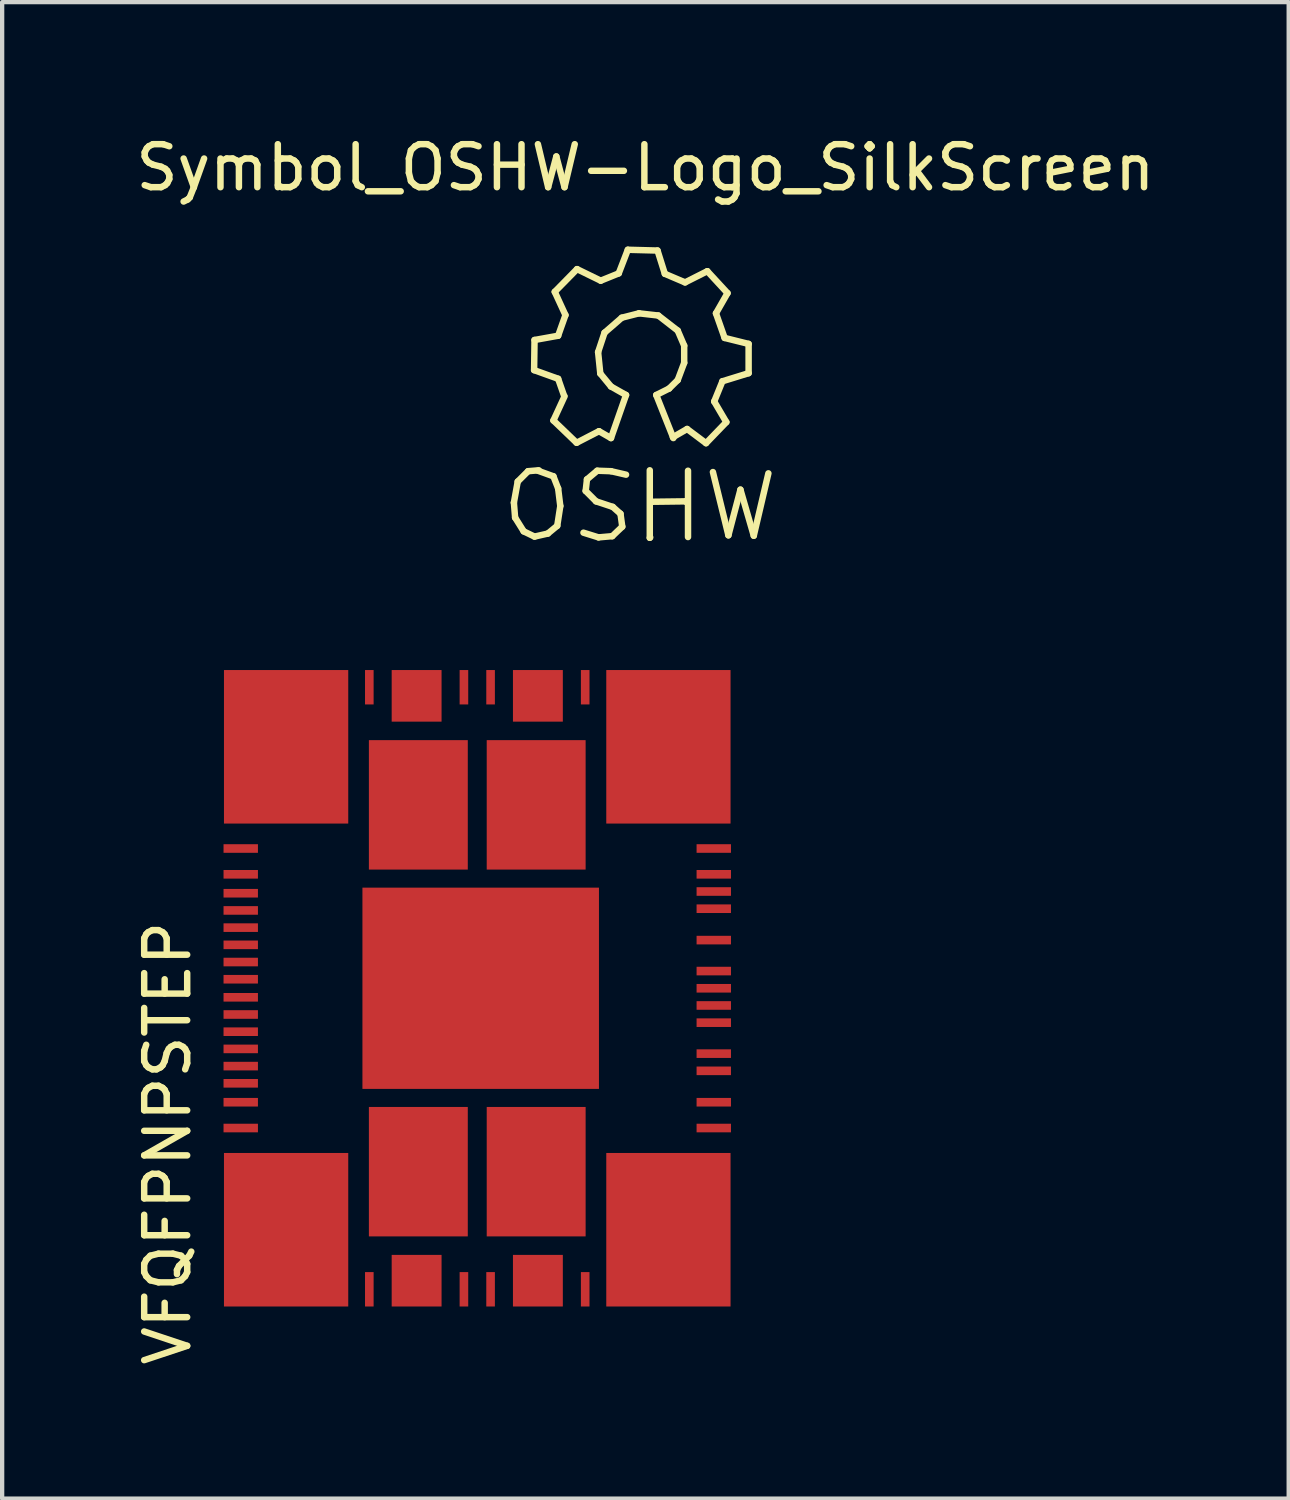
<source format=kicad_pcb>
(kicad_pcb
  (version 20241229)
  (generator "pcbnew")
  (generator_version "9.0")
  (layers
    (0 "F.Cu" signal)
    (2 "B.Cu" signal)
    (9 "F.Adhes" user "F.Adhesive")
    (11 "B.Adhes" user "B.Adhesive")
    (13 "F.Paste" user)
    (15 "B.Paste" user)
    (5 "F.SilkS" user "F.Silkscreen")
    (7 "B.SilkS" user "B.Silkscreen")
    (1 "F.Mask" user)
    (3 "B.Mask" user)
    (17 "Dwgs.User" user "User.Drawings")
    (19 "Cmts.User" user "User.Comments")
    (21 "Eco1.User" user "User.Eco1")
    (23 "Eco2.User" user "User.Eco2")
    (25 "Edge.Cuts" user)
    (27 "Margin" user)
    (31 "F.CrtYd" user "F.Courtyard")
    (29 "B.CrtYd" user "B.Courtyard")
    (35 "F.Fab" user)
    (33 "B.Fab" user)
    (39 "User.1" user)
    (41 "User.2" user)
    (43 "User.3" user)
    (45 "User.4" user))
  (footprint "VFQFPNPSTEP"
    (layer "F.Cu")
    (at 8.048 19.931)
    (property "Reference" "VFQFPNPSTEP" (at -7.2 3.6 90) (layer "F.SilkS") (effects (font (size 1 1) (thickness 0.15))))
    (attr through_hole)
    (pad "1" smd rect (at -4.445 -5.615) (size 2.89 3.57) (layers "F.Cu" "F.Mask" "F.Paste"))
    (pad "7" smd rect (at -5.5 -3.25 90) (size 0.2 0.8) (layers "F.Cu" "F.Mask" "F.Paste"))
    (pad "8" smd rect (at -5.5 -2.65 90) (size 0.2 0.8) (layers "F.Cu" "F.Mask" "F.Paste"))
    (pad "9" smd rect (at -5.5 -2.21 90) (size 0.2 0.8) (layers "F.Cu" "F.Mask" "F.Paste"))
    (pad "10" smd rect (at -5.5 -1.81 90) (size 0.2 0.8) (layers "F.Cu" "F.Mask" "F.Paste"))
    (pad "11" smd rect (at -5.5 -1.41 90) (size 0.2 0.8) (layers "F.Cu" "F.Mask" "F.Paste"))
    (pad "12" smd rect (at -5.5 -1.01 90) (size 0.2 0.8) (layers "F.Cu" "F.Mask" "F.Paste"))
    (pad "13" smd rect (at -5.5 -0.61 90) (size 0.2 0.8) (layers "F.Cu" "F.Mask" "F.Paste"))
    (pad "14" smd rect (at -5.5 -0.21 90) (size 0.2 0.8) (layers "F.Cu" "F.Mask" "F.Paste"))
    (pad "15" smd rect (at -5.5 0.21 90) (size 0.2 0.8) (layers "F.Cu" "F.Mask" "F.Paste"))
    (pad "16" smd rect (at -5.5 0.61 90) (size 0.2 0.8) (layers "F.Cu" "F.Mask" "F.Paste"))
    (pad "17" smd rect (at -5.5 1.01 90) (size 0.2 0.8) (layers "F.Cu" "F.Mask" "F.Paste"))
    (pad "18" smd rect (at -5.5 1.41 90) (size 0.2 0.8) (layers "F.Cu" "F.Mask" "F.Paste"))
    (pad "19" smd rect (at -5.5 1.81 90) (size 0.2 0.8) (layers "F.Cu" "F.Mask" "F.Paste"))
    (pad "20" smd rect (at -5.5 2.21 90) (size 0.2 0.8) (layers "F.Cu" "F.Mask" "F.Paste"))
    (pad "21" smd rect (at -5.5 2.65 90) (size 0.2 0.8) (layers "F.Cu" "F.Mask" "F.Paste"))
    (pad "22" smd rect (at -5.5 3.25 90) (size 0.2 0.8) (layers "F.Cu" "F.Mask" "F.Paste"))
    (pad "23" smd rect (at -4.445 5.615) (size 2.89 3.57) (layers "F.Cu" "F.Mask" "F.Paste"))
    (pad "33" smd rect (at -2.51 7) (size 0.2 0.8) (layers "F.Cu" "F.Mask" "F.Paste"))
    (pad "34" smd rect (at -1.41 6.8) (size 1.16 1.2) (layers "F.Cu" "F.Mask" "F.Paste"))
    (pad "37" smd rect (at -0.31 7) (size 0.2 0.8) (layers "F.Cu" "F.Mask" "F.Paste"))
    (pad "38" smd rect (at 0.31 7) (size 0.2 0.8) (layers "F.Cu" "F.Mask" "F.Paste"))
    (pad "39" smd rect (at 1.41 6.8) (size 1.16 1.2) (layers "F.Cu" "F.Mask" "F.Paste"))
    (pad "42" smd rect (at 2.51 7) (size 0.2 0.8) (layers "F.Cu" "F.Mask" "F.Paste"))
    (pad "43" smd rect (at 4.445 5.615) (size 2.89 3.57) (layers "F.Cu" "F.Mask" "F.Paste"))
    (pad "53" smd rect (at 5.5 3.25 90) (size 0.2 0.8) (layers "F.Cu" "F.Mask" "F.Paste"))
    (pad "54" smd rect (at 5.5 2.65 90) (size 0.2 0.8) (layers "F.Cu" "F.Mask" "F.Paste"))
    (pad "55" smd rect (at 5.5 1.92 90) (size 0.2 0.8) (layers "F.Cu" "F.Mask" "F.Paste"))
    (pad "56" smd rect (at 5.5 1.52 90) (size 0.2 0.8) (layers "F.Cu" "F.Mask" "F.Paste"))
    (pad "57" smd rect (at 5.5 0.8 90) (size 0.2 0.8) (layers "F.Cu" "F.Mask" "F.Paste"))
    (pad "58" smd rect (at 5.5 0.4 90) (size 0.2 0.8) (layers "F.Cu" "F.Mask" "F.Paste"))
    (pad "59" smd rect (at 5.5 0 90) (size 0.2 0.8) (layers "F.Cu" "F.Mask" "F.Paste"))
    (pad "60" smd rect (at 5.5 -0.4 90) (size 0.2 0.8) (layers "F.Cu" "F.Mask" "F.Paste"))
    (pad "61" smd rect (at 5.5 -1.12 90) (size 0.2 0.8) (layers "F.Cu" "F.Mask" "F.Paste"))
    (pad "62" smd rect (at 5.5 -1.85 90) (size 0.2 0.8) (layers "F.Cu" "F.Mask" "F.Paste"))
    (pad "63" smd rect (at 5.5 -2.25 90) (size 0.2 0.8) (layers "F.Cu" "F.Mask" "F.Paste"))
    (pad "64" smd rect (at 5.5 -2.65 90) (size 0.2 0.8) (layers "F.Cu" "F.Mask" "F.Paste"))
    (pad "65" smd rect (at 5.5 -3.25 90) (size 0.2 0.8) (layers "F.Cu" "F.Mask" "F.Paste"))
    (pad "66" smd rect (at 4.445 -5.615) (size 2.89 3.57) (layers "F.Cu" "F.Mask" "F.Paste"))
    (pad "76" smd rect (at 2.51 -7) (size 0.2 0.8) (layers "F.Cu" "F.Mask" "F.Paste"))
    (pad "77" smd rect (at 1.41 -6.8) (size 1.16 1.2) (layers "F.Cu" "F.Mask" "F.Paste"))
    (pad "80" smd rect (at 0.31 -7) (size 0.2 0.8) (layers "F.Cu" "F.Mask" "F.Paste"))
    (pad "81" smd rect (at -0.31 -7) (size 0.2 0.8) (layers "F.Cu" "F.Mask" "F.Paste"))
    (pad "82" smd rect (at -1.41 -6.8) (size 1.16 1.2) (layers "F.Cu" "F.Mask" "F.Paste"))
    (pad "85" smd rect (at -2.51 -7) (size 0.2 0.8) (layers "F.Cu" "F.Mask" "F.Paste"))
    (pad "E3" smd rect (at -1.37 4.265) (size 2.3 3.01) (layers "F.Cu" "F.Mask" "F.Paste"))
    (pad "E4" smd rect (at 1.37 4.265) (size 2.3 3.01) (layers "F.Cu" "F.Mask" "F.Paste"))
    (pad "E7" smd rect (at 1.37 -4.265) (size 2.3 3.01) (layers "F.Cu" "F.Mask" "F.Paste"))
    (pad "E8" smd rect (at -1.37 -4.265) (size 2.3 3.01) (layers "F.Cu" "F.Mask" "F.Paste"))
    (pad "E9" smd rect (at 0.08 0) (size 5.5 4.68) (layers "F.Cu" "F.Mask" "F.Paste")))
  (footprint "Symbol_OSHW-Logo_SilkScreen"
    (layer "F.Cu")
    (at 11.859 5.237)
    (property "Reference" "Symbol_OSHW-Logo_SilkScreen" (at 0.099 -4.389 0) (layer "F.SilkS") (effects (font (size 1 1) (thickness 0.15))))
    (attr smd)
    (fp_line (start -2.959 3.401) (end -2.931 3.749) (stroke (width 0.15) (type solid)) (layer "F.SilkS"))
    (fp_line (start -2.931 3.749) (end -2.731 4.069) (stroke (width 0.15) (type solid)) (layer "F.SilkS"))
    (fp_line (start -2.87 2.911) (end -2.959 3.401) (stroke (width 0.15) (type solid)) (layer "F.SilkS"))
    (fp_line (start -2.731 4.069) (end -2.479 4.191) (stroke (width 0.15) (type solid)) (layer "F.SilkS"))
    (fp_line (start -2.629 2.67) (end -2.87 2.911) (stroke (width 0.15) (type solid)) (layer "F.SilkS"))
    (fp_line (start -2.489 0.32) (end -1.93 0.521) (stroke (width 0.15) (type solid)) (layer "F.SilkS"))
    (fp_line (start -2.479 -0.381) (end -2.489 0.32) (stroke (width 0.15) (type solid)) (layer "F.SilkS"))
    (fp_line (start -2.479 4.191) (end -2.169 4.12) (stroke (width 0.15) (type solid)) (layer "F.SilkS"))
    (fp_line (start -2.38 2.649) (end -2.629 2.67) (stroke (width 0.15) (type solid)) (layer "F.SilkS"))
    (fp_line (start -2.169 4.12) (end -1.951 3.94) (stroke (width 0.15) (type solid)) (layer "F.SilkS"))
    (fp_line (start -2.04 1.491) (end -1.501 2.009) (stroke (width 0.15) (type solid)) (layer "F.SilkS"))
    (fp_line (start -2.04 2.789) (end -2.4 2.659) (stroke (width 0.15) (type solid)) (layer "F.SilkS"))
    (fp_line (start -2.009 -1.501) (end -1.76 -0.96) (stroke (width 0.15) (type solid)) (layer "F.SilkS"))
    (fp_line (start -1.951 3.94) (end -1.88 3.48) (stroke (width 0.15) (type solid)) (layer "F.SilkS"))
    (fp_line (start -1.93 -0.48) (end -2.479 -0.381) (stroke (width 0.15) (type solid)) (layer "F.SilkS"))
    (fp_line (start -1.93 0.521) (end -1.791 0.919) (stroke (width 0.15) (type solid)) (layer "F.SilkS"))
    (fp_line (start -1.93 3.071) (end -2.04 2.789) (stroke (width 0.15) (type solid)) (layer "F.SilkS"))
    (fp_line (start -1.88 3.48) (end -1.93 3.071) (stroke (width 0.15) (type solid)) (layer "F.SilkS"))
    (fp_line (start -1.781 0.93) (end -2.04 1.491) (stroke (width 0.15) (type solid)) (layer "F.SilkS"))
    (fp_line (start -1.76 -0.96) (end -1.93 -0.48) (stroke (width 0.15) (type solid)) (layer "F.SilkS"))
    (fp_line (start -1.501 2.009) (end -0.98 1.74) (stroke (width 0.15) (type solid)) (layer "F.SilkS"))
    (fp_line (start -1.491 -2.029) (end -2.009 -1.501) (stroke (width 0.15) (type solid)) (layer "F.SilkS"))
    (fp_line (start -1.29 3.129) (end -1.049 3.371) (stroke (width 0.15) (type solid)) (layer "F.SilkS"))
    (fp_line (start -1.26 2.86) (end -1.29 3.129) (stroke (width 0.15) (type solid)) (layer "F.SilkS"))
    (fp_line (start -1.049 3.371) (end -0.66 3.5) (stroke (width 0.15) (type solid)) (layer "F.SilkS"))
    (fp_line (start -1.021 2.659) (end -1.26 2.86) (stroke (width 0.15) (type solid)) (layer "F.SilkS"))
    (fp_line (start -1.001 -0.099) (end -0.95 0.399) (stroke (width 0.15) (type solid)) (layer "F.SilkS"))
    (fp_line (start -0.991 4.209) (end -1.341 4.1) (stroke (width 0.15) (type solid)) (layer "F.SilkS"))
    (fp_line (start -0.98 1.74) (end -0.701 1.9) (stroke (width 0.15) (type solid)) (layer "F.SilkS"))
    (fp_line (start -0.95 0.399) (end -0.701 0.701) (stroke (width 0.15) (type solid)) (layer "F.SilkS"))
    (fp_line (start -0.94 -1.76) (end -1.491 -2.029) (stroke (width 0.15) (type solid)) (layer "F.SilkS"))
    (fp_line (start -0.851 -0.551) (end -1.001 -0.099) (stroke (width 0.15) (type solid)) (layer "F.SilkS"))
    (fp_line (start -0.701 0.701) (end -0.351 0.899) (stroke (width 0.15) (type solid)) (layer "F.SilkS"))
    (fp_line (start -0.701 2.67) (end -1.021 2.659) (stroke (width 0.15) (type solid)) (layer "F.SilkS"))
    (fp_line (start -0.671 4.181) (end -0.991 4.209) (stroke (width 0.15) (type solid)) (layer "F.SilkS"))
    (fp_line (start -0.66 3.5) (end -0.48 3.66) (stroke (width 0.15) (type solid)) (layer "F.SilkS"))
    (fp_line (start -0.521 -1.93) (end -0.94 -1.76) (stroke (width 0.15) (type solid)) (layer "F.SilkS"))
    (fp_line (start -0.48 3.66) (end -0.439 3.96) (stroke (width 0.15) (type solid)) (layer "F.SilkS"))
    (fp_line (start -0.45 -0.899) (end -0.851 -0.551) (stroke (width 0.15) (type solid)) (layer "F.SilkS"))
    (fp_line (start -0.439 3.96) (end -0.671 4.181) (stroke (width 0.15) (type solid)) (layer "F.SilkS"))
    (fp_line (start -0.351 0.899) (end -0.701 1.9) (stroke (width 0.15) (type solid)) (layer "F.SilkS"))
    (fp_line (start -0.351 2.751) (end -0.701 2.67) (stroke (width 0.15) (type solid)) (layer "F.SilkS"))
    (fp_line (start -0.31 -2.479) (end -0.521 -1.93) (stroke (width 0.15) (type solid)) (layer "F.SilkS"))
    (fp_line (start -0.051 -1.001) (end -0.45 -0.899) (stroke (width 0.15) (type solid)) (layer "F.SilkS"))
    (fp_line (start 0.201 2.649) (end 0.201 4.219) (stroke (width 0.15) (type solid)) (layer "F.SilkS"))
    (fp_line (start 0.201 4.219) (end 0.211 4.209) (stroke (width 0.15) (type solid)) (layer "F.SilkS"))
    (fp_line (start 0.249 3.381) (end 1.039 3.371) (stroke (width 0.15) (type solid)) (layer "F.SilkS"))
    (fp_line (start 0.351 0.899) (end 0.65 0.749) (stroke (width 0.15) (type solid)) (layer "F.SilkS"))
    (fp_line (start 0.351 0.899) (end 0.749 1.9) (stroke (width 0.15) (type solid)) (layer "F.SilkS"))
    (fp_line (start 0.381 -2.461) (end -0.31 -2.479) (stroke (width 0.15) (type solid)) (layer "F.SilkS"))
    (fp_line (start 0.399 -0.95) (end -0.051 -1.001) (stroke (width 0.15) (type solid)) (layer "F.SilkS"))
    (fp_line (start 0.551 -1.92) (end 0.381 -2.461) (stroke (width 0.15) (type solid)) (layer "F.SilkS"))
    (fp_line (start 0.65 0.749) (end 0.851 0.551) (stroke (width 0.15) (type solid)) (layer "F.SilkS"))
    (fp_line (start 0.739 1.88) (end 1.069 1.689) (stroke (width 0.15) (type solid)) (layer "F.SilkS"))
    (fp_line (start 0.851 -0.599) (end 0.399 -0.95) (stroke (width 0.15) (type solid)) (layer "F.SilkS"))
    (fp_line (start 0.851 0.551) (end 1.001 0.15) (stroke (width 0.15) (type solid)) (layer "F.SilkS"))
    (fp_line (start 1.001 -0.249) (end 0.851 -0.599) (stroke (width 0.15) (type solid)) (layer "F.SilkS"))
    (fp_line (start 1.001 0.15) (end 1.001 -0.249) (stroke (width 0.15) (type solid)) (layer "F.SilkS"))
    (fp_line (start 1.021 -1.72) (end 0.551 -1.92) (stroke (width 0.15) (type solid)) (layer "F.SilkS"))
    (fp_line (start 1.039 3.371) (end 1.049 3.381) (stroke (width 0.15) (type solid)) (layer "F.SilkS"))
    (fp_line (start 1.049 3.381) (end 1.049 3.371) (stroke (width 0.15) (type solid)) (layer "F.SilkS"))
    (fp_line (start 1.069 1.689) (end 1.509 2.019) (stroke (width 0.15) (type solid)) (layer "F.SilkS"))
    (fp_line (start 1.09 2.659) (end 1.09 4.201) (stroke (width 0.15) (type solid)) (layer "F.SilkS"))
    (fp_line (start 1.509 2.019) (end 1.981 1.529) (stroke (width 0.15) (type solid)) (layer "F.SilkS"))
    (fp_line (start 1.539 -1.981) (end 1.021 -1.72) (stroke (width 0.15) (type solid)) (layer "F.SilkS"))
    (fp_line (start 1.669 2.69) (end 2.029 4.161) (stroke (width 0.15) (type solid)) (layer "F.SilkS"))
    (fp_line (start 1.699 1.049) (end 1.89 0.579) (stroke (width 0.15) (type solid)) (layer "F.SilkS"))
    (fp_line (start 1.74 -1.001) (end 2.009 -1.471) (stroke (width 0.15) (type solid)) (layer "F.SilkS"))
    (fp_line (start 1.89 0.579) (end 2.499 0.391) (stroke (width 0.15) (type solid)) (layer "F.SilkS"))
    (fp_line (start 1.941 -0.429) (end 1.74 -1.001) (stroke (width 0.15) (type solid)) (layer "F.SilkS"))
    (fp_line (start 1.981 1.529) (end 1.699 1.049) (stroke (width 0.15) (type solid)) (layer "F.SilkS"))
    (fp_line (start 2.009 -1.471) (end 1.539 -1.981) (stroke (width 0.15) (type solid)) (layer "F.SilkS"))
    (fp_line (start 2.029 4.161) (end 2.309 3.099) (stroke (width 0.15) (type solid)) (layer "F.SilkS"))
    (fp_line (start 2.309 3.099) (end 2.619 4.171) (stroke (width 0.15) (type solid)) (layer "F.SilkS"))
    (fp_line (start 2.499 -0.29) (end 1.941 -0.429) (stroke (width 0.15) (type solid)) (layer "F.SilkS"))
    (fp_line (start 2.499 0.391) (end 2.499 -0.29) (stroke (width 0.15) (type solid)) (layer "F.SilkS"))
    (fp_line (start 2.619 4.171) (end 2.959 2.72) (stroke (width 0.15) (type solid)) (layer "F.SilkS")))
  (gr_rect
    (start -3 -3)
    (end 26.917 31.799)
    (stroke (width 0.1) (type default))
    (fill no)
    (layer "Edge.Cuts")))
</source>
